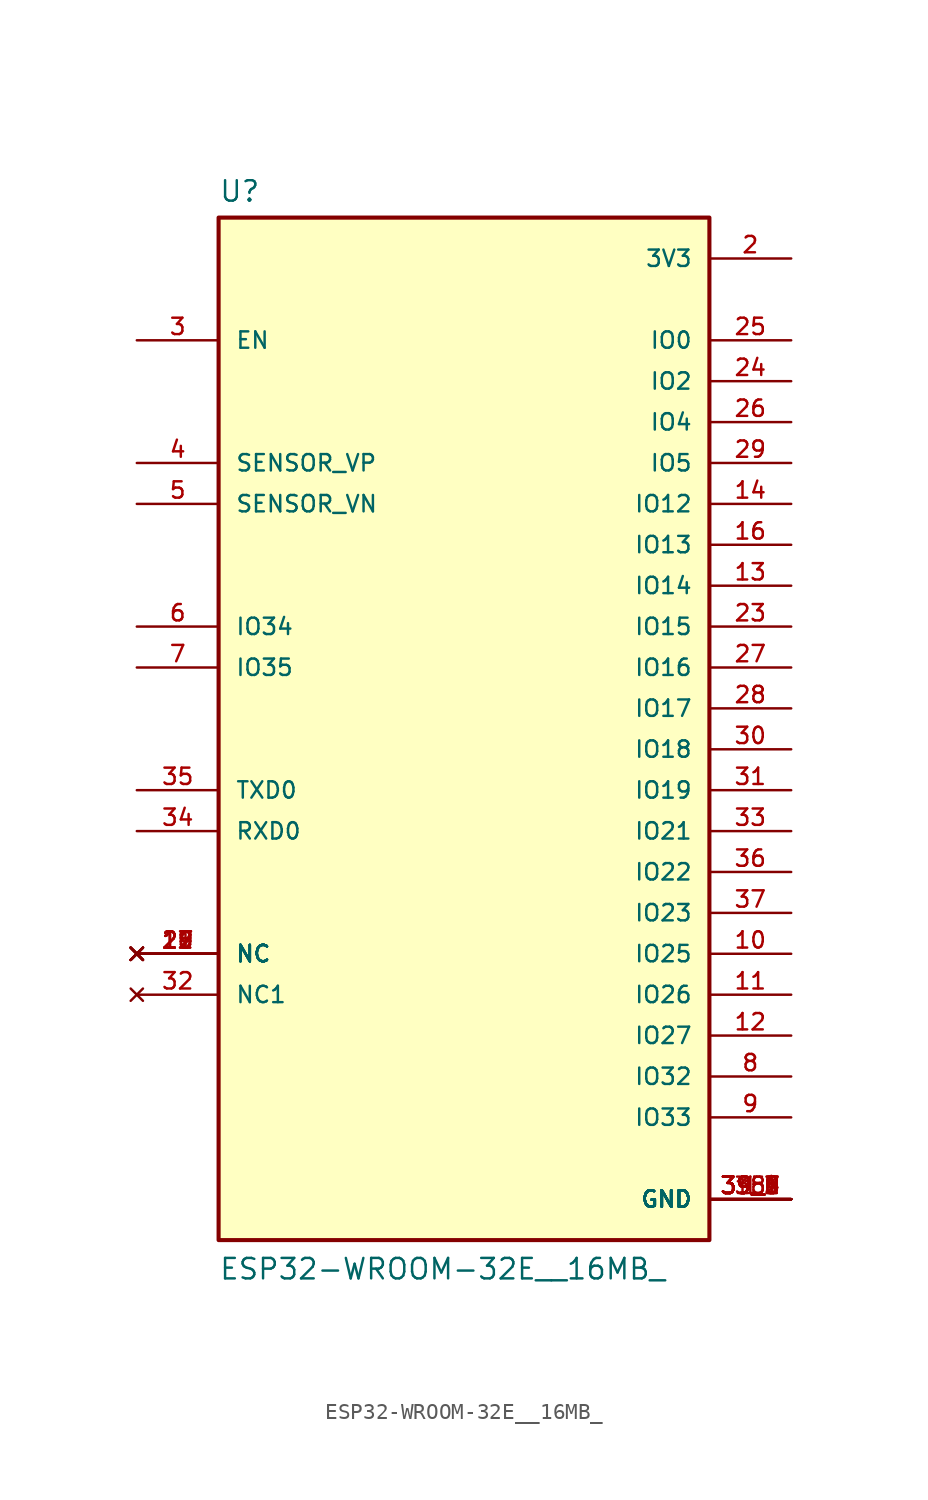
<source format=kicad_sym>
(kicad_symbol_lib
  (version 20211014)
  (generator kicad_symbol_editor)
  (symbol "ESP32-WROOM-32E__16MB_"
    (pin_names
      (offset 1.016))
    (property "Reference" "U"
      (at -15.24 33.909 0)
      (effects (font (size 1.27 1.27)) (justify bottom left)))
    (property "Value" "ESP32-WROOM-32E__16MB_"
      (at -15.24 -33.02 0)
      (effects (font (size 1.27 1.27)) (justify bottom left)))
    (symbol "ESP32-WROOM-32E__16MB__0_0"
      (rectangle (start -15.24 -30.48) (end 15.24 33.02) (stroke (width 0.254)) (fill (type background)))
      (pin power_in line (at 20.32 -27.94 180.0) (length 5.08) (name "GND" (effects (font (size 1.016 1.016)))) (number "1" (effects (font (size 1.016 1.016)))))
      (pin power_in line (at 20.32 -27.94 180.0) (length 5.08) (name "GND" (effects (font (size 1.016 1.016)))) (number "15" (effects (font (size 1.016 1.016)))))
      (pin power_in line (at 20.32 -27.94 180.0) (length 5.08) (name "GND" (effects (font (size 1.016 1.016)))) (number "38" (effects (font (size 1.016 1.016)))))
      (pin power_in line (at 20.32 -27.94 180.0) (length 5.08) (name "GND" (effects (font (size 1.016 1.016)))) (number "39_1" (effects (font (size 1.016 1.016)))))
      (pin power_in line (at 20.32 -27.94 180.0) (length 5.08) (name "GND" (effects (font (size 1.016 1.016)))) (number "39_2" (effects (font (size 1.016 1.016)))))
      (pin power_in line (at 20.32 -27.94 180.0) (length 5.08) (name "GND" (effects (font (size 1.016 1.016)))) (number "39_3" (effects (font (size 1.016 1.016)))))
      (pin power_in line (at 20.32 -27.94 180.0) (length 5.08) (name "GND" (effects (font (size 1.016 1.016)))) (number "39_4" (effects (font (size 1.016 1.016)))))
      (pin power_in line (at 20.32 -27.94 180.0) (length 5.08) (name "GND" (effects (font (size 1.016 1.016)))) (number "39_5" (effects (font (size 1.016 1.016)))))
      (pin power_in line (at 20.32 -27.94 180.0) (length 5.08) (name "GND" (effects (font (size 1.016 1.016)))) (number "39_6" (effects (font (size 1.016 1.016)))))
      (pin power_in line (at 20.32 -27.94 180.0) (length 5.08) (name "GND" (effects (font (size 1.016 1.016)))) (number "39_7" (effects (font (size 1.016 1.016)))))
      (pin power_in line (at 20.32 -27.94 180.0) (length 5.08) (name "GND" (effects (font (size 1.016 1.016)))) (number "39_8" (effects (font (size 1.016 1.016)))))
      (pin power_in line (at 20.32 -27.94 180.0) (length 5.08) (name "GND" (effects (font (size 1.016 1.016)))) (number "39_9" (effects (font (size 1.016 1.016)))))
      (pin power_in line (at 20.32 30.48 180.0) (length 5.08) (name "3V3" (effects (font (size 1.016 1.016)))) (number "2" (effects (font (size 1.016 1.016)))))
      (pin input line (at -20.32 25.4 0) (length 5.08) (name "EN" (effects (font (size 1.016 1.016)))) (number "3" (effects (font (size 1.016 1.016)))))
      (pin input line (at -20.32 17.78 0) (length 5.08) (name "SENSOR_VP" (effects (font (size 1.016 1.016)))) (number "4" (effects (font (size 1.016 1.016)))))
      (pin input line (at -20.32 15.24 0) (length 5.08) (name "SENSOR_VN" (effects (font (size 1.016 1.016)))) (number "5" (effects (font (size 1.016 1.016)))))
      (pin input line (at -20.32 7.62 0) (length 5.08) (name "IO34" (effects (font (size 1.016 1.016)))) (number "6" (effects (font (size 1.016 1.016)))))
      (pin input line (at -20.32 5.08 0) (length 5.08) (name "IO35" (effects (font (size 1.016 1.016)))) (number "7" (effects (font (size 1.016 1.016)))))
      (pin bidirectional line (at 20.32 -22.86 180.0) (length 5.08) (name "IO33" (effects (font (size 1.016 1.016)))) (number "9" (effects (font (size 1.016 1.016)))))
      (pin bidirectional line (at 20.32 -20.32 180.0) (length 5.08) (name "IO32" (effects (font (size 1.016 1.016)))) (number "8" (effects (font (size 1.016 1.016)))))
      (pin bidirectional line (at 20.32 -12.7 180.0) (length 5.08) (name "IO25" (effects (font (size 1.016 1.016)))) (number "10" (effects (font (size 1.016 1.016)))))
      (pin bidirectional line (at 20.32 -15.24 180.0) (length 5.08) (name "IO26" (effects (font (size 1.016 1.016)))) (number "11" (effects (font (size 1.016 1.016)))))
      (pin bidirectional line (at 20.32 -17.78 180.0) (length 5.08) (name "IO27" (effects (font (size 1.016 1.016)))) (number "12" (effects (font (size 1.016 1.016)))))
      (pin bidirectional line (at 20.32 10.16 180.0) (length 5.08) (name "IO14" (effects (font (size 1.016 1.016)))) (number "13" (effects (font (size 1.016 1.016)))))
      (pin bidirectional line (at 20.32 15.24 180.0) (length 5.08) (name "IO12" (effects (font (size 1.016 1.016)))) (number "14" (effects (font (size 1.016 1.016)))))
      (pin bidirectional line (at 20.32 12.7 180.0) (length 5.08) (name "IO13" (effects (font (size 1.016 1.016)))) (number "16" (effects (font (size 1.016 1.016)))))
      (pin bidirectional line (at 20.32 7.62 180.0) (length 5.08) (name "IO15" (effects (font (size 1.016 1.016)))) (number "23" (effects (font (size 1.016 1.016)))))
      (pin bidirectional line (at 20.32 22.86 180.0) (length 5.08) (name "IO2" (effects (font (size 1.016 1.016)))) (number "24" (effects (font (size 1.016 1.016)))))
      (pin bidirectional line (at 20.32 25.4 180.0) (length 5.08) (name "IO0" (effects (font (size 1.016 1.016)))) (number "25" (effects (font (size 1.016 1.016)))))
      (pin bidirectional line (at 20.32 20.32 180.0) (length 5.08) (name "IO4" (effects (font (size 1.016 1.016)))) (number "26" (effects (font (size 1.016 1.016)))))
      (pin bidirectional line (at 20.32 5.08 180.0) (length 5.08) (name "IO16" (effects (font (size 1.016 1.016)))) (number "27" (effects (font (size 1.016 1.016)))))
      (pin bidirectional line (at 20.32 2.54 180.0) (length 5.08) (name "IO17" (effects (font (size 1.016 1.016)))) (number "28" (effects (font (size 1.016 1.016)))))
      (pin bidirectional line (at 20.32 17.78 180.0) (length 5.08) (name "IO5" (effects (font (size 1.016 1.016)))) (number "29" (effects (font (size 1.016 1.016)))))
      (pin bidirectional line (at 20.32 0.0 180.0) (length 5.08) (name "IO18" (effects (font (size 1.016 1.016)))) (number "30" (effects (font (size 1.016 1.016)))))
      (pin bidirectional line (at 20.32 -2.54 180.0) (length 5.08) (name "IO19" (effects (font (size 1.016 1.016)))) (number "31" (effects (font (size 1.016 1.016)))))
      (pin bidirectional line (at 20.32 -5.08 180.0) (length 5.08) (name "IO21" (effects (font (size 1.016 1.016)))) (number "33" (effects (font (size 1.016 1.016)))))
      (pin bidirectional line (at 20.32 -7.62 180.0) (length 5.08) (name "IO22" (effects (font (size 1.016 1.016)))) (number "36" (effects (font (size 1.016 1.016)))))
      (pin bidirectional line (at 20.32 -10.16 180.0) (length 5.08) (name "IO23" (effects (font (size 1.016 1.016)))) (number "37" (effects (font (size 1.016 1.016)))))
      (pin bidirectional line (at -20.32 -5.08 0) (length 5.08) (name "RXD0" (effects (font (size 1.016 1.016)))) (number "34" (effects (font (size 1.016 1.016)))))
      (pin bidirectional line (at -20.32 -2.54 0) (length 5.08) (name "TXD0" (effects (font (size 1.016 1.016)))) (number "35" (effects (font (size 1.016 1.016)))))
      (pin no_connect line (at -20.32 -12.7 0) (length 5.08) (name "NC" (effects (font (size 1.016 1.016)))) (number "17" (effects (font (size 1.016 1.016)))))
      (pin no_connect line (at -20.32 -12.7 0) (length 5.08) (name "NC" (effects (font (size 1.016 1.016)))) (number "18" (effects (font (size 1.016 1.016)))))
      (pin no_connect line (at -20.32 -12.7 0) (length 5.08) (name "NC" (effects (font (size 1.016 1.016)))) (number "19" (effects (font (size 1.016 1.016)))))
      (pin no_connect line (at -20.32 -12.7 0) (length 5.08) (name "NC" (effects (font (size 1.016 1.016)))) (number "20" (effects (font (size 1.016 1.016)))))
      (pin no_connect line (at -20.32 -12.7 0) (length 5.08) (name "NC" (effects (font (size 1.016 1.016)))) (number "21" (effects (font (size 1.016 1.016)))))
      (pin no_connect line (at -20.32 -12.7 0) (length 5.08) (name "NC" (effects (font (size 1.016 1.016)))) (number "22" (effects (font (size 1.016 1.016)))))
      (pin no_connect line (at -20.32 -15.24 0) (length 5.08) (name "NC1" (effects (font (size 1.016 1.016)))) (number "32" (effects (font (size 1.016 1.016))))))))
</source>
